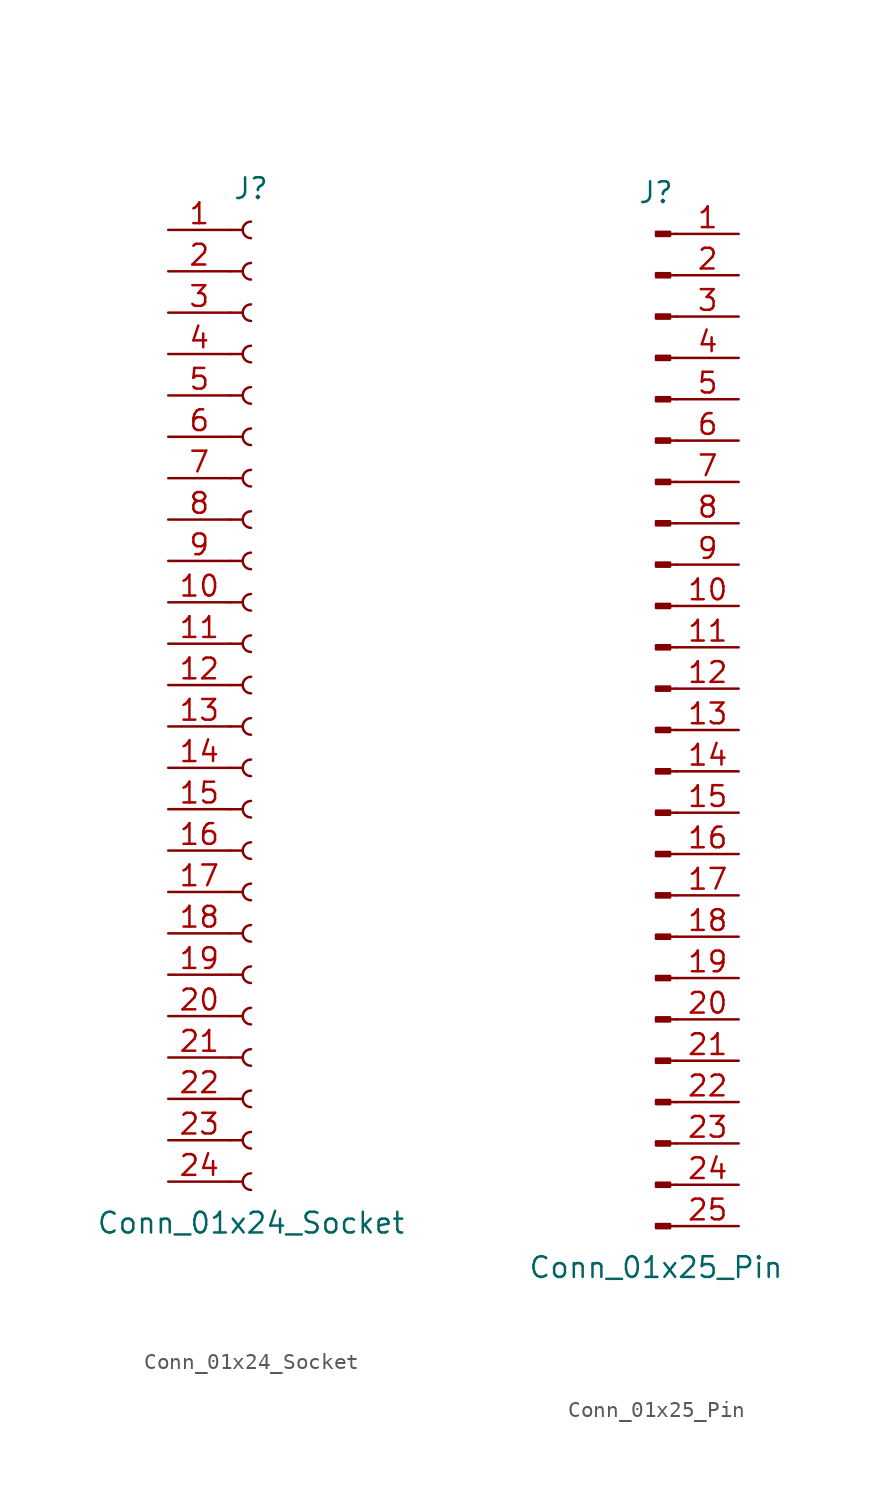
<source format=kicad_sym>
(kicad_symbol_lib
  (version 20241209)
  (generator "kicad_symbol_editor")
  (generator_version "9.0")
  (symbol "Conn_01x24_Socket"
    (pin_names
      (offset 1.016)
      (hide yes))
    (property "Reference" "J"
      (at 0 30.48 0)
      (effects (font (size 1.27 1.27))))
    (property "Value" "Conn_01x24_Socket"
      (at 0 -33.02 0)
      (effects (font (size 1.27 1.27))))
    (property "ki_locked" ""
      (at 0 0 0)
      (effects (font (size 1.27 1.27))))
    (symbol "Conn_01x24_Socket_1_1"
      (polyline (pts (xy -1.27 27.94) (xy -0.508 27.94)) (stroke (width 0.152) (type default)) (fill (type none)))
      (polyline (pts (xy -1.27 25.4) (xy -0.508 25.4)) (stroke (width 0.152) (type default)) (fill (type none)))
      (polyline (pts (xy -1.27 22.86) (xy -0.508 22.86)) (stroke (width 0.152) (type default)) (fill (type none)))
      (polyline (pts (xy -1.27 20.32) (xy -0.508 20.32)) (stroke (width 0.152) (type default)) (fill (type none)))
      (polyline (pts (xy -1.27 17.78) (xy -0.508 17.78)) (stroke (width 0.152) (type default)) (fill (type none)))
      (polyline (pts (xy -1.27 15.24) (xy -0.508 15.24)) (stroke (width 0.152) (type default)) (fill (type none)))
      (polyline (pts (xy -1.27 12.7) (xy -0.508 12.7)) (stroke (width 0.152) (type default)) (fill (type none)))
      (polyline (pts (xy -1.27 10.16) (xy -0.508 10.16)) (stroke (width 0.152) (type default)) (fill (type none)))
      (polyline (pts (xy -1.27 7.62) (xy -0.508 7.62)) (stroke (width 0.152) (type default)) (fill (type none)))
      (polyline (pts (xy -1.27 5.08) (xy -0.508 5.08)) (stroke (width 0.152) (type default)) (fill (type none)))
      (polyline (pts (xy -1.27 2.54) (xy -0.508 2.54)) (stroke (width 0.152) (type default)) (fill (type none)))
      (polyline (pts (xy -1.27 0) (xy -0.508 0)) (stroke (width 0.152) (type default)) (fill (type none)))
      (polyline (pts (xy -1.27 -2.54) (xy -0.508 -2.54)) (stroke (width 0.152) (type default)) (fill (type none)))
      (polyline (pts (xy -1.27 -5.08) (xy -0.508 -5.08)) (stroke (width 0.152) (type default)) (fill (type none)))
      (polyline (pts (xy -1.27 -7.62) (xy -0.508 -7.62)) (stroke (width 0.152) (type default)) (fill (type none)))
      (polyline (pts (xy -1.27 -10.16) (xy -0.508 -10.16)) (stroke (width 0.152) (type default)) (fill (type none)))
      (polyline (pts (xy -1.27 -12.7) (xy -0.508 -12.7)) (stroke (width 0.152) (type default)) (fill (type none)))
      (polyline (pts (xy -1.27 -15.24) (xy -0.508 -15.24)) (stroke (width 0.152) (type default)) (fill (type none)))
      (polyline (pts (xy -1.27 -17.78) (xy -0.508 -17.78)) (stroke (width 0.152) (type default)) (fill (type none)))
      (polyline (pts (xy -1.27 -20.32) (xy -0.508 -20.32)) (stroke (width 0.152) (type default)) (fill (type none)))
      (polyline (pts (xy -1.27 -22.86) (xy -0.508 -22.86)) (stroke (width 0.152) (type default)) (fill (type none)))
      (polyline (pts (xy -1.27 -25.4) (xy -0.508 -25.4)) (stroke (width 0.152) (type default)) (fill (type none)))
      (polyline (pts (xy -1.27 -27.94) (xy -0.508 -27.94)) (stroke (width 0.152) (type default)) (fill (type none)))
      (polyline (pts (xy -1.27 -30.48) (xy -0.508 -30.48)) (stroke (width 0.152) (type default)) (fill (type none)))
      (arc (start 0 27.432) (mid -0.5058 27.94) (end 0 28.448) (stroke (width 0.1524) (type default)) (fill (type none)))
      (arc (start 0 24.892) (mid -0.5058 25.4) (end 0 25.908) (stroke (width 0.1524) (type default)) (fill (type none)))
      (arc (start 0 22.352) (mid -0.5058 22.86) (end 0 23.368) (stroke (width 0.1524) (type default)) (fill (type none)))
      (arc (start 0 19.812) (mid -0.5058 20.32) (end 0 20.828) (stroke (width 0.1524) (type default)) (fill (type none)))
      (arc (start 0 17.272) (mid -0.5058 17.78) (end 0 18.288) (stroke (width 0.1524) (type default)) (fill (type none)))
      (arc (start 0 14.732) (mid -0.5058 15.24) (end 0 15.748) (stroke (width 0.1524) (type default)) (fill (type none)))
      (arc (start 0 12.192) (mid -0.5058 12.7) (end 0 13.208) (stroke (width 0.1524) (type default)) (fill (type none)))
      (arc (start 0 9.652) (mid -0.5058 10.16) (end 0 10.668) (stroke (width 0.1524) (type default)) (fill (type none)))
      (arc (start 0 7.112) (mid -0.5058 7.62) (end 0 8.128) (stroke (width 0.1524) (type default)) (fill (type none)))
      (arc (start 0 4.572) (mid -0.5058 5.08) (end 0 5.588) (stroke (width 0.1524) (type default)) (fill (type none)))
      (arc (start 0 2.032) (mid -0.5058 2.54) (end 0 3.048) (stroke (width 0.1524) (type default)) (fill (type none)))
      (arc (start 0 -0.508) (mid -0.5058 0) (end 0 0.508) (stroke (width 0.1524) (type default)) (fill (type none)))
      (arc (start 0 -3.048) (mid -0.5058 -2.54) (end 0 -2.032) (stroke (width 0.1524) (type default)) (fill (type none)))
      (arc (start 0 -5.588) (mid -0.5058 -5.08) (end 0 -4.572) (stroke (width 0.1524) (type default)) (fill (type none)))
      (arc (start 0 -8.128) (mid -0.5058 -7.62) (end 0 -7.112) (stroke (width 0.1524) (type default)) (fill (type none)))
      (arc (start 0 -10.668) (mid -0.5058 -10.16) (end 0 -9.652) (stroke (width 0.1524) (type default)) (fill (type none)))
      (arc (start 0 -13.208) (mid -0.5058 -12.7) (end 0 -12.192) (stroke (width 0.1524) (type default)) (fill (type none)))
      (arc (start 0 -15.748) (mid -0.5058 -15.24) (end 0 -14.732) (stroke (width 0.1524) (type default)) (fill (type none)))
      (arc (start 0 -18.288) (mid -0.5058 -17.78) (end 0 -17.272) (stroke (width 0.1524) (type default)) (fill (type none)))
      (arc (start 0 -20.828) (mid -0.5058 -20.32) (end 0 -19.812) (stroke (width 0.1524) (type default)) (fill (type none)))
      (arc (start 0 -23.368) (mid -0.5058 -22.86) (end 0 -22.352) (stroke (width 0.1524) (type default)) (fill (type none)))
      (arc (start 0 -25.908) (mid -0.5058 -25.4) (end 0 -24.892) (stroke (width 0.1524) (type default)) (fill (type none)))
      (arc (start 0 -28.448) (mid -0.5058 -27.94) (end 0 -27.432) (stroke (width 0.1524) (type default)) (fill (type none)))
      (arc (start 0 -30.988) (mid -0.5058 -30.48) (end 0 -29.972) (stroke (width 0.1524) (type default)) (fill (type none)))
      (pin passive line (at -5.08 27.94 0) (length 3.81) (name "Pin_1" (effects (font (size 1.27 1.27)))) (number "1" (effects (font (size 1.27 1.27)))))
      (pin passive line (at -5.08 25.4 0) (length 3.81) (name "Pin_2" (effects (font (size 1.27 1.27)))) (number "2" (effects (font (size 1.27 1.27)))))
      (pin passive line (at -5.08 22.86 0) (length 3.81) (name "Pin_3" (effects (font (size 1.27 1.27)))) (number "3" (effects (font (size 1.27 1.27)))))
      (pin passive line (at -5.08 20.32 0) (length 3.81) (name "Pin_4" (effects (font (size 1.27 1.27)))) (number "4" (effects (font (size 1.27 1.27)))))
      (pin passive line (at -5.08 17.78 0) (length 3.81) (name "Pin_5" (effects (font (size 1.27 1.27)))) (number "5" (effects (font (size 1.27 1.27)))))
      (pin passive line (at -5.08 15.24 0) (length 3.81) (name "Pin_6" (effects (font (size 1.27 1.27)))) (number "6" (effects (font (size 1.27 1.27)))))
      (pin passive line (at -5.08 12.7 0) (length 3.81) (name "Pin_7" (effects (font (size 1.27 1.27)))) (number "7" (effects (font (size 1.27 1.27)))))
      (pin passive line (at -5.08 10.16 0) (length 3.81) (name "Pin_8" (effects (font (size 1.27 1.27)))) (number "8" (effects (font (size 1.27 1.27)))))
      (pin passive line (at -5.08 7.62 0) (length 3.81) (name "Pin_9" (effects (font (size 1.27 1.27)))) (number "9" (effects (font (size 1.27 1.27)))))
      (pin passive line (at -5.08 5.08 0) (length 3.81) (name "Pin_10" (effects (font (size 1.27 1.27)))) (number "10" (effects (font (size 1.27 1.27)))))
      (pin passive line (at -5.08 2.54 0) (length 3.81) (name "Pin_11" (effects (font (size 1.27 1.27)))) (number "11" (effects (font (size 1.27 1.27)))))
      (pin passive line (at -5.08 0 0) (length 3.81) (name "Pin_12" (effects (font (size 1.27 1.27)))) (number "12" (effects (font (size 1.27 1.27)))))
      (pin passive line (at -5.08 -2.54 0) (length 3.81) (name "Pin_13" (effects (font (size 1.27 1.27)))) (number "13" (effects (font (size 1.27 1.27)))))
      (pin passive line (at -5.08 -5.08 0) (length 3.81) (name "Pin_14" (effects (font (size 1.27 1.27)))) (number "14" (effects (font (size 1.27 1.27)))))
      (pin passive line (at -5.08 -7.62 0) (length 3.81) (name "Pin_15" (effects (font (size 1.27 1.27)))) (number "15" (effects (font (size 1.27 1.27)))))
      (pin passive line (at -5.08 -10.16 0) (length 3.81) (name "Pin_16" (effects (font (size 1.27 1.27)))) (number "16" (effects (font (size 1.27 1.27)))))
      (pin passive line (at -5.08 -12.7 0) (length 3.81) (name "Pin_17" (effects (font (size 1.27 1.27)))) (number "17" (effects (font (size 1.27 1.27)))))
      (pin passive line (at -5.08 -15.24 0) (length 3.81) (name "Pin_18" (effects (font (size 1.27 1.27)))) (number "18" (effects (font (size 1.27 1.27)))))
      (pin passive line (at -5.08 -17.78 0) (length 3.81) (name "Pin_19" (effects (font (size 1.27 1.27)))) (number "19" (effects (font (size 1.27 1.27)))))
      (pin passive line (at -5.08 -20.32 0) (length 3.81) (name "Pin_20" (effects (font (size 1.27 1.27)))) (number "20" (effects (font (size 1.27 1.27)))))
      (pin passive line (at -5.08 -22.86 0) (length 3.81) (name "Pin_21" (effects (font (size 1.27 1.27)))) (number "21" (effects (font (size 1.27 1.27)))))
      (pin passive line (at -5.08 -25.4 0) (length 3.81) (name "Pin_22" (effects (font (size 1.27 1.27)))) (number "22" (effects (font (size 1.27 1.27)))))
      (pin passive line (at -5.08 -27.94 0) (length 3.81) (name "Pin_23" (effects (font (size 1.27 1.27)))) (number "23" (effects (font (size 1.27 1.27)))))
      (pin passive line (at -5.08 -30.48 0) (length 3.81) (name "Pin_24" (effects (font (size 1.27 1.27)))) (number "24" (effects (font (size 1.27 1.27)))))))
  (symbol "Conn_01x25_Pin"
    (pin_names
      (offset 1.016)
      (hide yes))
    (property "Reference" "J"
      (at 0 33.02 0)
      (effects (font (size 1.27 1.27))))
    (property "Value" "Conn_01x25_Pin"
      (at 0 -33.02 0)
      (effects (font (size 1.27 1.27))))
    (property "ki_locked" ""
      (at 0 0 0)
      (effects (font (size 1.27 1.27))))
    (symbol "Conn_01x25_Pin_1_1"
      (rectangle (start 0.864 30.607) (end 0 30.353) (stroke (width 0.152) (type default)) (fill (type outline)))
      (rectangle (start 0.864 28.067) (end 0 27.813) (stroke (width 0.152) (type default)) (fill (type outline)))
      (rectangle (start 0.864 25.527) (end 0 25.273) (stroke (width 0.152) (type default)) (fill (type outline)))
      (rectangle (start 0.864 22.987) (end 0 22.733) (stroke (width 0.152) (type default)) (fill (type outline)))
      (rectangle (start 0.864 20.447) (end 0 20.193) (stroke (width 0.152) (type default)) (fill (type outline)))
      (rectangle (start 0.864 17.907) (end 0 17.653) (stroke (width 0.152) (type default)) (fill (type outline)))
      (rectangle (start 0.864 15.367) (end 0 15.113) (stroke (width 0.152) (type default)) (fill (type outline)))
      (rectangle (start 0.864 12.827) (end 0 12.573) (stroke (width 0.152) (type default)) (fill (type outline)))
      (rectangle (start 0.864 10.287) (end 0 10.033) (stroke (width 0.152) (type default)) (fill (type outline)))
      (rectangle (start 0.864 7.747) (end 0 7.493) (stroke (width 0.152) (type default)) (fill (type outline)))
      (rectangle (start 0.864 5.207) (end 0 4.953) (stroke (width 0.152) (type default)) (fill (type outline)))
      (rectangle (start 0.864 2.667) (end 0 2.413) (stroke (width 0.152) (type default)) (fill (type outline)))
      (rectangle (start 0.864 0.127) (end 0 -0.127) (stroke (width 0.152) (type default)) (fill (type outline)))
      (rectangle (start 0.864 -2.413) (end 0 -2.667) (stroke (width 0.152) (type default)) (fill (type outline)))
      (rectangle (start 0.864 -4.953) (end 0 -5.207) (stroke (width 0.152) (type default)) (fill (type outline)))
      (rectangle (start 0.864 -7.493) (end 0 -7.747) (stroke (width 0.152) (type default)) (fill (type outline)))
      (rectangle (start 0.864 -10.033) (end 0 -10.287) (stroke (width 0.152) (type default)) (fill (type outline)))
      (rectangle (start 0.864 -12.573) (end 0 -12.827) (stroke (width 0.152) (type default)) (fill (type outline)))
      (rectangle (start 0.864 -15.113) (end 0 -15.367) (stroke (width 0.152) (type default)) (fill (type outline)))
      (rectangle (start 0.864 -17.653) (end 0 -17.907) (stroke (width 0.152) (type default)) (fill (type outline)))
      (rectangle (start 0.864 -20.193) (end 0 -20.447) (stroke (width 0.152) (type default)) (fill (type outline)))
      (rectangle (start 0.864 -22.733) (end 0 -22.987) (stroke (width 0.152) (type default)) (fill (type outline)))
      (rectangle (start 0.864 -25.273) (end 0 -25.527) (stroke (width 0.152) (type default)) (fill (type outline)))
      (rectangle (start 0.864 -27.813) (end 0 -28.067) (stroke (width 0.152) (type default)) (fill (type outline)))
      (rectangle (start 0.864 -30.353) (end 0 -30.607) (stroke (width 0.152) (type default)) (fill (type outline)))
      (polyline (pts (xy 1.27 30.48) (xy 0.864 30.48)) (stroke (width 0.152) (type default)) (fill (type none)))
      (polyline (pts (xy 1.27 27.94) (xy 0.864 27.94)) (stroke (width 0.152) (type default)) (fill (type none)))
      (polyline (pts (xy 1.27 25.4) (xy 0.864 25.4)) (stroke (width 0.152) (type default)) (fill (type none)))
      (polyline (pts (xy 1.27 22.86) (xy 0.864 22.86)) (stroke (width 0.152) (type default)) (fill (type none)))
      (polyline (pts (xy 1.27 20.32) (xy 0.864 20.32)) (stroke (width 0.152) (type default)) (fill (type none)))
      (polyline (pts (xy 1.27 17.78) (xy 0.864 17.78)) (stroke (width 0.152) (type default)) (fill (type none)))
      (polyline (pts (xy 1.27 15.24) (xy 0.864 15.24)) (stroke (width 0.152) (type default)) (fill (type none)))
      (polyline (pts (xy 1.27 12.7) (xy 0.864 12.7)) (stroke (width 0.152) (type default)) (fill (type none)))
      (polyline (pts (xy 1.27 10.16) (xy 0.864 10.16)) (stroke (width 0.152) (type default)) (fill (type none)))
      (polyline (pts (xy 1.27 7.62) (xy 0.864 7.62)) (stroke (width 0.152) (type default)) (fill (type none)))
      (polyline (pts (xy 1.27 5.08) (xy 0.864 5.08)) (stroke (width 0.152) (type default)) (fill (type none)))
      (polyline (pts (xy 1.27 2.54) (xy 0.864 2.54)) (stroke (width 0.152) (type default)) (fill (type none)))
      (polyline (pts (xy 1.27 0) (xy 0.864 0)) (stroke (width 0.152) (type default)) (fill (type none)))
      (polyline (pts (xy 1.27 -2.54) (xy 0.864 -2.54)) (stroke (width 0.152) (type default)) (fill (type none)))
      (polyline (pts (xy 1.27 -5.08) (xy 0.864 -5.08)) (stroke (width 0.152) (type default)) (fill (type none)))
      (polyline (pts (xy 1.27 -7.62) (xy 0.864 -7.62)) (stroke (width 0.152) (type default)) (fill (type none)))
      (polyline (pts (xy 1.27 -10.16) (xy 0.864 -10.16)) (stroke (width 0.152) (type default)) (fill (type none)))
      (polyline (pts (xy 1.27 -12.7) (xy 0.864 -12.7)) (stroke (width 0.152) (type default)) (fill (type none)))
      (polyline (pts (xy 1.27 -15.24) (xy 0.864 -15.24)) (stroke (width 0.152) (type default)) (fill (type none)))
      (polyline (pts (xy 1.27 -17.78) (xy 0.864 -17.78)) (stroke (width 0.152) (type default)) (fill (type none)))
      (polyline (pts (xy 1.27 -20.32) (xy 0.864 -20.32)) (stroke (width 0.152) (type default)) (fill (type none)))
      (polyline (pts (xy 1.27 -22.86) (xy 0.864 -22.86)) (stroke (width 0.152) (type default)) (fill (type none)))
      (polyline (pts (xy 1.27 -25.4) (xy 0.864 -25.4)) (stroke (width 0.152) (type default)) (fill (type none)))
      (polyline (pts (xy 1.27 -27.94) (xy 0.864 -27.94)) (stroke (width 0.152) (type default)) (fill (type none)))
      (polyline (pts (xy 1.27 -30.48) (xy 0.864 -30.48)) (stroke (width 0.152) (type default)) (fill (type none)))
      (pin passive line (at 5.08 30.48 180) (length 3.81) (name "Pin_1" (effects (font (size 1.27 1.27)))) (number "1" (effects (font (size 1.27 1.27)))))
      (pin passive line (at 5.08 27.94 180) (length 3.81) (name "Pin_2" (effects (font (size 1.27 1.27)))) (number "2" (effects (font (size 1.27 1.27)))))
      (pin passive line (at 5.08 25.4 180) (length 3.81) (name "Pin_3" (effects (font (size 1.27 1.27)))) (number "3" (effects (font (size 1.27 1.27)))))
      (pin passive line (at 5.08 22.86 180) (length 3.81) (name "Pin_4" (effects (font (size 1.27 1.27)))) (number "4" (effects (font (size 1.27 1.27)))))
      (pin passive line (at 5.08 20.32 180) (length 3.81) (name "Pin_5" (effects (font (size 1.27 1.27)))) (number "5" (effects (font (size 1.27 1.27)))))
      (pin passive line (at 5.08 17.78 180) (length 3.81) (name "Pin_6" (effects (font (size 1.27 1.27)))) (number "6" (effects (font (size 1.27 1.27)))))
      (pin passive line (at 5.08 15.24 180) (length 3.81) (name "Pin_7" (effects (font (size 1.27 1.27)))) (number "7" (effects (font (size 1.27 1.27)))))
      (pin passive line (at 5.08 12.7 180) (length 3.81) (name "Pin_8" (effects (font (size 1.27 1.27)))) (number "8" (effects (font (size 1.27 1.27)))))
      (pin passive line (at 5.08 10.16 180) (length 3.81) (name "Pin_9" (effects (font (size 1.27 1.27)))) (number "9" (effects (font (size 1.27 1.27)))))
      (pin passive line (at 5.08 7.62 180) (length 3.81) (name "Pin_10" (effects (font (size 1.27 1.27)))) (number "10" (effects (font (size 1.27 1.27)))))
      (pin passive line (at 5.08 5.08 180) (length 3.81) (name "Pin_11" (effects (font (size 1.27 1.27)))) (number "11" (effects (font (size 1.27 1.27)))))
      (pin passive line (at 5.08 2.54 180) (length 3.81) (name "Pin_12" (effects (font (size 1.27 1.27)))) (number "12" (effects (font (size 1.27 1.27)))))
      (pin passive line (at 5.08 0 180) (length 3.81) (name "Pin_13" (effects (font (size 1.27 1.27)))) (number "13" (effects (font (size 1.27 1.27)))))
      (pin passive line (at 5.08 -2.54 180) (length 3.81) (name "Pin_14" (effects (font (size 1.27 1.27)))) (number "14" (effects (font (size 1.27 1.27)))))
      (pin passive line (at 5.08 -5.08 180) (length 3.81) (name "Pin_15" (effects (font (size 1.27 1.27)))) (number "15" (effects (font (size 1.27 1.27)))))
      (pin passive line (at 5.08 -7.62 180) (length 3.81) (name "Pin_16" (effects (font (size 1.27 1.27)))) (number "16" (effects (font (size 1.27 1.27)))))
      (pin passive line (at 5.08 -10.16 180) (length 3.81) (name "Pin_17" (effects (font (size 1.27 1.27)))) (number "17" (effects (font (size 1.27 1.27)))))
      (pin passive line (at 5.08 -12.7 180) (length 3.81) (name "Pin_18" (effects (font (size 1.27 1.27)))) (number "18" (effects (font (size 1.27 1.27)))))
      (pin passive line (at 5.08 -15.24 180) (length 3.81) (name "Pin_19" (effects (font (size 1.27 1.27)))) (number "19" (effects (font (size 1.27 1.27)))))
      (pin passive line (at 5.08 -17.78 180) (length 3.81) (name "Pin_20" (effects (font (size 1.27 1.27)))) (number "20" (effects (font (size 1.27 1.27)))))
      (pin passive line (at 5.08 -20.32 180) (length 3.81) (name "Pin_21" (effects (font (size 1.27 1.27)))) (number "21" (effects (font (size 1.27 1.27)))))
      (pin passive line (at 5.08 -22.86 180) (length 3.81) (name "Pin_22" (effects (font (size 1.27 1.27)))) (number "22" (effects (font (size 1.27 1.27)))))
      (pin passive line (at 5.08 -25.4 180) (length 3.81) (name "Pin_23" (effects (font (size 1.27 1.27)))) (number "23" (effects (font (size 1.27 1.27)))))
      (pin passive line (at 5.08 -27.94 180) (length 3.81) (name "Pin_24" (effects (font (size 1.27 1.27)))) (number "24" (effects (font (size 1.27 1.27)))))
      (pin passive line (at 5.08 -30.48 180) (length 3.81) (name "Pin_25" (effects (font (size 1.27 1.27)))) (number "25" (effects (font (size 1.27 1.27))))))))
</source>
